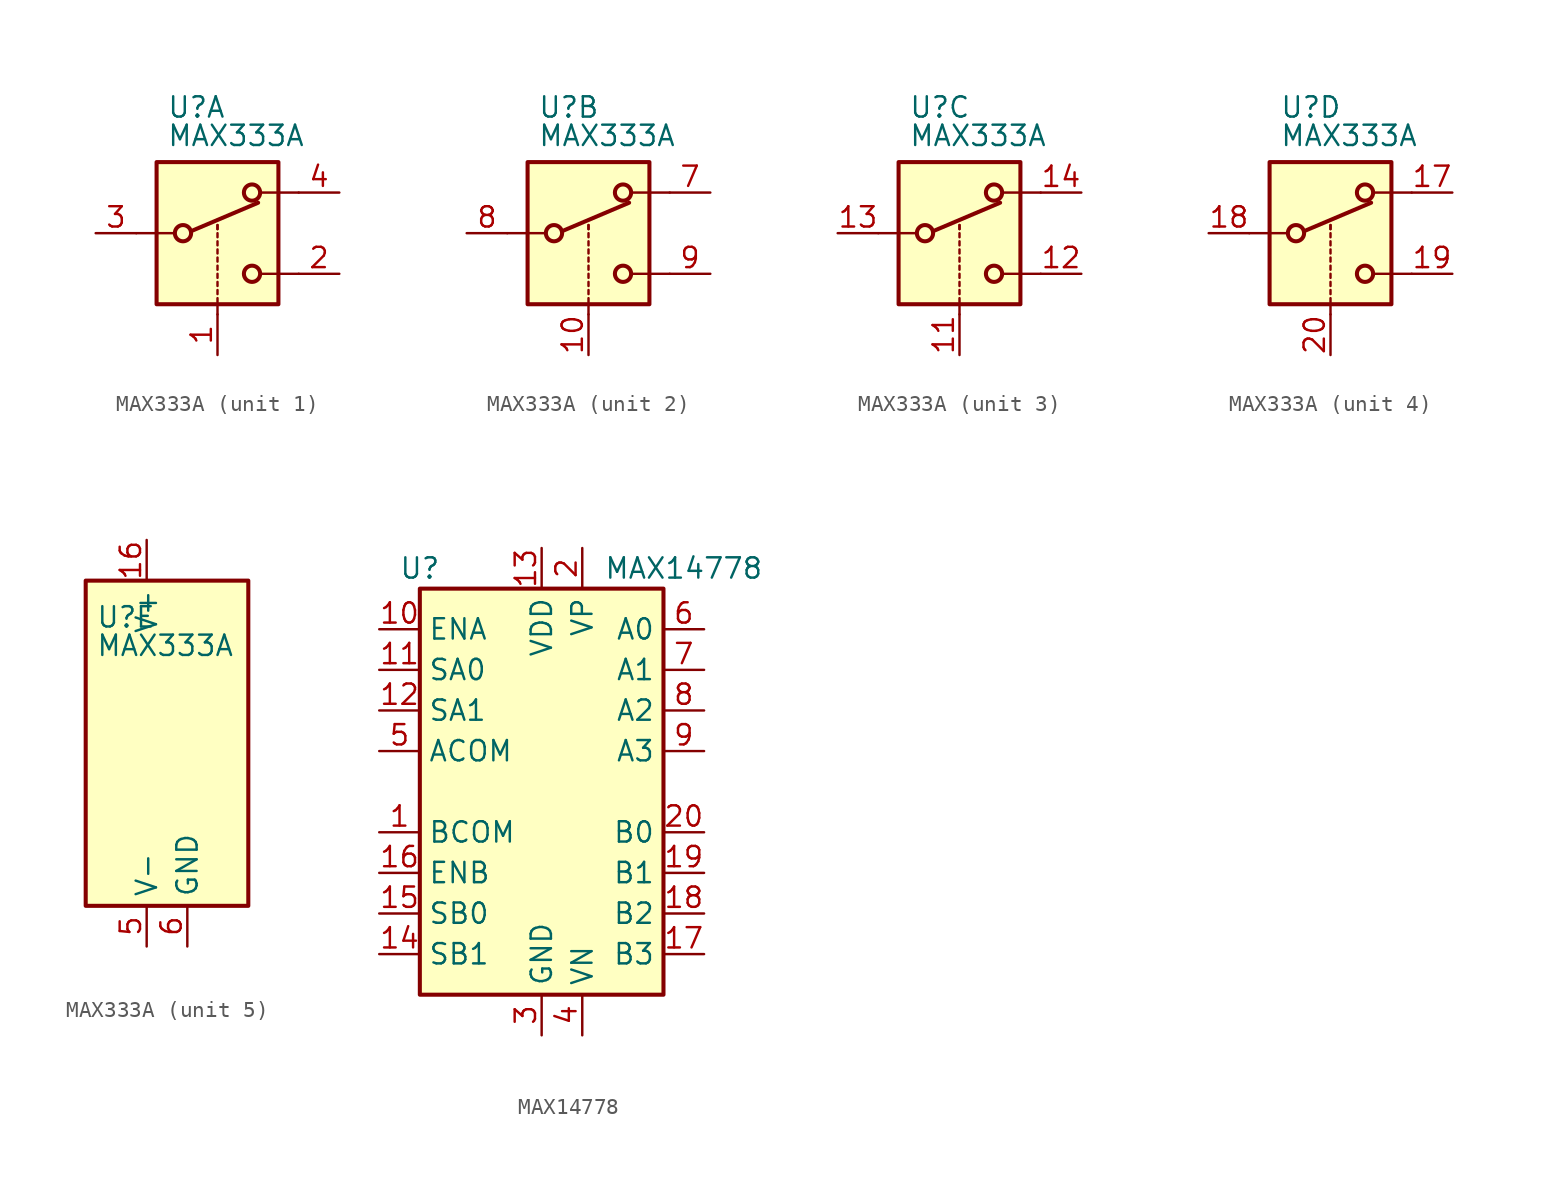
<source format=kicad_sym>
(kicad_symbol_lib
  (version 20241209)
  (generator "kicad_symbol_editor")
  (generator_version "9.0")
  (symbol "MAX333A"
    (property "Reference" "U"
      (at -3.175 7.874 0)
      (effects (font (size 1.27 1.27)) (justify left)))
    (property "Value" "MAX333A"
      (at -3.175 6.096 0)
      (effects (font (size 1.27 1.27)) (justify left)))
    (symbol "MAX333A_1_1"
      (polyline (pts (xy -5.08 0) (xy -2.794 0)) (stroke (width 0) (type default)) (fill (type none)))
      (rectangle (start -3.81 4.445) (end 3.81 -4.445) (stroke (width 0.254) (type default)) (fill (type background)))
      (circle (center -2.159 0) (radius 0.508) (stroke (width 0.254) (type default)) (fill (type none)))
      (polyline (pts (xy -1.651 0.127) (xy 2.54 1.905)) (stroke (width 0.254) (type default)) (fill (type none)))
      (polyline (pts (xy 0 0.254) (xy 0 0.508)) (stroke (width 0) (type default)) (fill (type none)))
      (polyline (pts (xy 0 0.254) (xy 0 0.508)) (stroke (width 0) (type default)) (fill (type none)))
      (polyline (pts (xy 0 -0.254) (xy 0 0)) (stroke (width 0) (type default)) (fill (type none)))
      (polyline (pts (xy 0 -0.762) (xy 0 -0.508)) (stroke (width 0) (type default)) (fill (type none)))
      (polyline (pts (xy 0 -1.27) (xy 0 -1.016)) (stroke (width 0) (type default)) (fill (type none)))
      (polyline (pts (xy 0 -1.778) (xy 0 -1.524)) (stroke (width 0) (type default)) (fill (type none)))
      (polyline (pts (xy 0 -2.286) (xy 0 -2.032)) (stroke (width 0) (type default)) (fill (type none)))
      (polyline (pts (xy 0 -2.794) (xy 0 -2.54)) (stroke (width 0) (type default)) (fill (type none)))
      (polyline (pts (xy 0 -3.302) (xy 0 -3.048)) (stroke (width 0) (type default)) (fill (type none)))
      (polyline (pts (xy 0 -3.81) (xy 0 -3.556)) (stroke (width 0) (type default)) (fill (type none)))
      (polyline (pts (xy 0 -4.318) (xy 0 -4.064)) (stroke (width 0) (type default)) (fill (type none)))
      (polyline (pts (xy 0 -5.08) (xy 0 -4.572)) (stroke (width 0) (type default)) (fill (type none)))
      (circle (center 2.159 2.54) (radius 0.508) (stroke (width 0.254) (type default)) (fill (type none)))
      (circle (center 2.159 -2.54) (radius 0.508) (stroke (width 0.254) (type default)) (fill (type none)))
      (polyline (pts (xy 5.08 2.54) (xy 2.794 2.54)) (stroke (width 0) (type default)) (fill (type none)))
      (polyline (pts (xy 5.08 -2.54) (xy 2.794 -2.54)) (stroke (width 0) (type default)) (fill (type none)))
      (pin passive line (at -7.62 0 0) (length 2.54) (name "~" (effects (font (size 1.27 1.27)))) (number "3" (effects (font (size 1.27 1.27)))))
      (pin input line (at 0 -7.62 90) (length 2.54) (name "~" (effects (font (size 1.27 1.27)))) (number "1" (effects (font (size 1.27 1.27)))))
      (pin passive line (at 7.62 2.54 180) (length 2.54) (name "~" (effects (font (size 1.27 1.27)))) (number "4" (effects (font (size 1.27 1.27)))))
      (pin passive line (at 7.62 -2.54 180) (length 2.54) (name "~" (effects (font (size 1.27 1.27)))) (number "2" (effects (font (size 1.27 1.27))))))
    (symbol "MAX333A_2_1"
      (polyline (pts (xy -5.08 0) (xy -2.794 0)) (stroke (width 0) (type default)) (fill (type none)))
      (rectangle (start -3.81 4.445) (end 3.81 -4.445) (stroke (width 0.254) (type default)) (fill (type background)))
      (circle (center -2.159 0) (radius 0.508) (stroke (width 0.254) (type default)) (fill (type none)))
      (polyline (pts (xy -1.651 0.127) (xy 2.54 1.905)) (stroke (width 0.254) (type default)) (fill (type none)))
      (polyline (pts (xy 0 0.254) (xy 0 0.508)) (stroke (width 0) (type default)) (fill (type none)))
      (polyline (pts (xy 0 0.254) (xy 0 0.508)) (stroke (width 0) (type default)) (fill (type none)))
      (polyline (pts (xy 0 -0.254) (xy 0 0)) (stroke (width 0) (type default)) (fill (type none)))
      (polyline (pts (xy 0 -0.762) (xy 0 -0.508)) (stroke (width 0) (type default)) (fill (type none)))
      (polyline (pts (xy 0 -1.27) (xy 0 -1.016)) (stroke (width 0) (type default)) (fill (type none)))
      (polyline (pts (xy 0 -1.778) (xy 0 -1.524)) (stroke (width 0) (type default)) (fill (type none)))
      (polyline (pts (xy 0 -2.286) (xy 0 -2.032)) (stroke (width 0) (type default)) (fill (type none)))
      (polyline (pts (xy 0 -2.794) (xy 0 -2.54)) (stroke (width 0) (type default)) (fill (type none)))
      (polyline (pts (xy 0 -3.302) (xy 0 -3.048)) (stroke (width 0) (type default)) (fill (type none)))
      (polyline (pts (xy 0 -3.81) (xy 0 -3.556)) (stroke (width 0) (type default)) (fill (type none)))
      (polyline (pts (xy 0 -4.318) (xy 0 -4.064)) (stroke (width 0) (type default)) (fill (type none)))
      (polyline (pts (xy 0 -5.08) (xy 0 -4.572)) (stroke (width 0) (type default)) (fill (type none)))
      (circle (center 2.159 2.54) (radius 0.508) (stroke (width 0.254) (type default)) (fill (type none)))
      (circle (center 2.159 -2.54) (radius 0.508) (stroke (width 0.254) (type default)) (fill (type none)))
      (polyline (pts (xy 5.08 2.54) (xy 2.794 2.54)) (stroke (width 0) (type default)) (fill (type none)))
      (polyline (pts (xy 5.08 -2.54) (xy 2.794 -2.54)) (stroke (width 0) (type default)) (fill (type none)))
      (pin passive line (at -7.62 0 0) (length 2.54) (name "~" (effects (font (size 1.27 1.27)))) (number "8" (effects (font (size 1.27 1.27)))))
      (pin input line (at 0 -7.62 90) (length 2.54) (name "~" (effects (font (size 1.27 1.27)))) (number "10" (effects (font (size 1.27 1.27)))))
      (pin passive line (at 7.62 2.54 180) (length 2.54) (name "~" (effects (font (size 1.27 1.27)))) (number "7" (effects (font (size 1.27 1.27)))))
      (pin passive line (at 7.62 -2.54 180) (length 2.54) (name "~" (effects (font (size 1.27 1.27)))) (number "9" (effects (font (size 1.27 1.27))))))
    (symbol "MAX333A_3_1"
      (polyline (pts (xy -5.08 0) (xy -2.794 0)) (stroke (width 0) (type default)) (fill (type none)))
      (rectangle (start -3.81 4.445) (end 3.81 -4.445) (stroke (width 0.254) (type default)) (fill (type background)))
      (circle (center -2.159 0) (radius 0.508) (stroke (width 0.254) (type default)) (fill (type none)))
      (polyline (pts (xy -1.651 0.127) (xy 2.54 1.905)) (stroke (width 0.254) (type default)) (fill (type none)))
      (polyline (pts (xy 0 0.254) (xy 0 0.508)) (stroke (width 0) (type default)) (fill (type none)))
      (polyline (pts (xy 0 0.254) (xy 0 0.508)) (stroke (width 0) (type default)) (fill (type none)))
      (polyline (pts (xy 0 -0.254) (xy 0 0)) (stroke (width 0) (type default)) (fill (type none)))
      (polyline (pts (xy 0 -0.762) (xy 0 -0.508)) (stroke (width 0) (type default)) (fill (type none)))
      (polyline (pts (xy 0 -1.27) (xy 0 -1.016)) (stroke (width 0) (type default)) (fill (type none)))
      (polyline (pts (xy 0 -1.778) (xy 0 -1.524)) (stroke (width 0) (type default)) (fill (type none)))
      (polyline (pts (xy 0 -2.286) (xy 0 -2.032)) (stroke (width 0) (type default)) (fill (type none)))
      (polyline (pts (xy 0 -2.794) (xy 0 -2.54)) (stroke (width 0) (type default)) (fill (type none)))
      (polyline (pts (xy 0 -3.302) (xy 0 -3.048)) (stroke (width 0) (type default)) (fill (type none)))
      (polyline (pts (xy 0 -3.81) (xy 0 -3.556)) (stroke (width 0) (type default)) (fill (type none)))
      (polyline (pts (xy 0 -4.318) (xy 0 -4.064)) (stroke (width 0) (type default)) (fill (type none)))
      (polyline (pts (xy 0 -5.08) (xy 0 -4.572)) (stroke (width 0) (type default)) (fill (type none)))
      (circle (center 2.159 2.54) (radius 0.508) (stroke (width 0.254) (type default)) (fill (type none)))
      (circle (center 2.159 -2.54) (radius 0.508) (stroke (width 0.254) (type default)) (fill (type none)))
      (polyline (pts (xy 5.08 2.54) (xy 2.794 2.54)) (stroke (width 0) (type default)) (fill (type none)))
      (polyline (pts (xy 5.08 -2.54) (xy 2.794 -2.54)) (stroke (width 0) (type default)) (fill (type none)))
      (pin passive line (at -7.62 0 0) (length 2.54) (name "~" (effects (font (size 1.27 1.27)))) (number "13" (effects (font (size 1.27 1.27)))))
      (pin input line (at 0 -7.62 90) (length 2.54) (name "~" (effects (font (size 1.27 1.27)))) (number "11" (effects (font (size 1.27 1.27)))))
      (pin passive line (at 7.62 2.54 180) (length 2.54) (name "~" (effects (font (size 1.27 1.27)))) (number "14" (effects (font (size 1.27 1.27)))))
      (pin passive line (at 7.62 -2.54 180) (length 2.54) (name "~" (effects (font (size 1.27 1.27)))) (number "12" (effects (font (size 1.27 1.27))))))
    (symbol "MAX333A_4_1"
      (polyline (pts (xy -5.08 0) (xy -2.794 0)) (stroke (width 0) (type default)) (fill (type none)))
      (rectangle (start -3.81 4.445) (end 3.81 -4.445) (stroke (width 0.254) (type default)) (fill (type background)))
      (circle (center -2.159 0) (radius 0.508) (stroke (width 0.254) (type default)) (fill (type none)))
      (polyline (pts (xy -1.651 0.127) (xy 2.54 1.905)) (stroke (width 0.254) (type default)) (fill (type none)))
      (polyline (pts (xy 0 0.254) (xy 0 0.508)) (stroke (width 0) (type default)) (fill (type none)))
      (polyline (pts (xy 0 0.254) (xy 0 0.508)) (stroke (width 0) (type default)) (fill (type none)))
      (polyline (pts (xy 0 -0.254) (xy 0 0)) (stroke (width 0) (type default)) (fill (type none)))
      (polyline (pts (xy 0 -0.762) (xy 0 -0.508)) (stroke (width 0) (type default)) (fill (type none)))
      (polyline (pts (xy 0 -1.27) (xy 0 -1.016)) (stroke (width 0) (type default)) (fill (type none)))
      (polyline (pts (xy 0 -1.778) (xy 0 -1.524)) (stroke (width 0) (type default)) (fill (type none)))
      (polyline (pts (xy 0 -2.286) (xy 0 -2.032)) (stroke (width 0) (type default)) (fill (type none)))
      (polyline (pts (xy 0 -2.794) (xy 0 -2.54)) (stroke (width 0) (type default)) (fill (type none)))
      (polyline (pts (xy 0 -3.302) (xy 0 -3.048)) (stroke (width 0) (type default)) (fill (type none)))
      (polyline (pts (xy 0 -3.81) (xy 0 -3.556)) (stroke (width 0) (type default)) (fill (type none)))
      (polyline (pts (xy 0 -4.318) (xy 0 -4.064)) (stroke (width 0) (type default)) (fill (type none)))
      (polyline (pts (xy 0 -5.08) (xy 0 -4.572)) (stroke (width 0) (type default)) (fill (type none)))
      (circle (center 2.159 2.54) (radius 0.508) (stroke (width 0.254) (type default)) (fill (type none)))
      (circle (center 2.159 -2.54) (radius 0.508) (stroke (width 0.254) (type default)) (fill (type none)))
      (polyline (pts (xy 5.08 2.54) (xy 2.794 2.54)) (stroke (width 0) (type default)) (fill (type none)))
      (polyline (pts (xy 5.08 -2.54) (xy 2.794 -2.54)) (stroke (width 0) (type default)) (fill (type none)))
      (pin passive line (at -7.62 0 0) (length 2.54) (name "~" (effects (font (size 1.27 1.27)))) (number "18" (effects (font (size 1.27 1.27)))))
      (pin input line (at 0 -7.62 90) (length 2.54) (name "~" (effects (font (size 1.27 1.27)))) (number "20" (effects (font (size 1.27 1.27)))))
      (pin passive line (at 7.62 2.54 180) (length 2.54) (name "~" (effects (font (size 1.27 1.27)))) (number "17" (effects (font (size 1.27 1.27)))))
      (pin passive line (at 7.62 -2.54 180) (length 2.54) (name "~" (effects (font (size 1.27 1.27)))) (number "19" (effects (font (size 1.27 1.27))))))
    (symbol "MAX333A_5_0"
      (pin power_in line (at 0 12.7 270) (length 2.54) (name "V+" (effects (font (size 1.27 1.27)))) (number "16" (effects (font (size 1.27 1.27)))))
      (pin power_in line (at 0 -12.7 90) (length 2.54) (name "V-" (effects (font (size 1.27 1.27)))) (number "5" (effects (font (size 1.27 1.27)))))
      (pin no_connect line (at 2.54 10.16 270) (length 2.54) (hide yes) (name "NC" (effects (font (size 1.27 1.27)))) (number "15" (effects (font (size 1.27 1.27)))))
      (pin power_in line (at 2.54 -12.7 90) (length 2.54) (name "GND" (effects (font (size 1.27 1.27)))) (number "6" (effects (font (size 1.27 1.27))))))
    (symbol "MAX333A_5_1"
      (rectangle (start -3.81 10.16) (end 6.35 -10.16) (stroke (width 0.254) (type default)) (fill (type background)))))
  (symbol "MAX14778"
    (property "Reference" "U"
      (at -7.62 13.97 0)
      (effects (font (size 1.27 1.27))))
    (property "Value" "MAX14778"
      (at 8.89 13.97 0)
      (effects (font (size 1.27 1.27))))
    (symbol "MAX14778_0_1"
      (rectangle (start -7.62 12.7) (end 7.62 -12.7) (stroke (width 0.254) (type default)) (fill (type background))))
    (symbol "MAX14778_1_1"
      (pin input line (at -10.16 10.16 0) (length 2.54) (name "ENA" (effects (font (size 1.27 1.27)))) (number "10" (effects (font (size 1.27 1.27)))))
      (pin input line (at -10.16 7.62 0) (length 2.54) (name "SA0" (effects (font (size 1.27 1.27)))) (number "11" (effects (font (size 1.27 1.27)))))
      (pin input line (at -10.16 5.08 0) (length 2.54) (name "SA1" (effects (font (size 1.27 1.27)))) (number "12" (effects (font (size 1.27 1.27)))))
      (pin passive line (at -10.16 2.54 0) (length 2.54) (name "ACOM" (effects (font (size 1.27 1.27)))) (number "5" (effects (font (size 1.27 1.27)))))
      (pin passive line (at -10.16 -2.54 0) (length 2.54) (name "BCOM" (effects (font (size 1.27 1.27)))) (number "1" (effects (font (size 1.27 1.27)))))
      (pin input line (at -10.16 -5.08 0) (length 2.54) (name "ENB" (effects (font (size 1.27 1.27)))) (number "16" (effects (font (size 1.27 1.27)))))
      (pin input line (at -10.16 -7.62 0) (length 2.54) (name "SB0" (effects (font (size 1.27 1.27)))) (number "15" (effects (font (size 1.27 1.27)))))
      (pin input line (at -10.16 -10.16 0) (length 2.54) (name "SB1" (effects (font (size 1.27 1.27)))) (number "14" (effects (font (size 1.27 1.27)))))
      (pin power_in line (at 0 15.24 270) (length 2.54) (name "VDD" (effects (font (size 1.27 1.27)))) (number "13" (effects (font (size 1.27 1.27)))))
      (pin power_in line (at 0 -15.24 90) (length 2.54) (name "GND" (effects (font (size 1.27 1.27)))) (number "3" (effects (font (size 1.27 1.27)))))
      (pin passive line (at 2.54 15.24 270) (length 2.54) (name "VP" (effects (font (size 1.27 1.27)))) (number "2" (effects (font (size 1.27 1.27)))))
      (pin passive line (at 2.54 -15.24 90) (length 2.54) (hide yes) (name "VN" (effects (font (size 1.27 1.27)))) (number "21" (effects (font (size 1.27 1.27)))))
      (pin passive line (at 2.54 -15.24 90) (length 2.54) (name "VN" (effects (font (size 1.27 1.27)))) (number "4" (effects (font (size 1.27 1.27)))))
      (pin passive line (at 10.16 10.16 180) (length 2.54) (name "A0" (effects (font (size 1.27 1.27)))) (number "6" (effects (font (size 1.27 1.27)))))
      (pin passive line (at 10.16 7.62 180) (length 2.54) (name "A1" (effects (font (size 1.27 1.27)))) (number "7" (effects (font (size 1.27 1.27)))))
      (pin passive line (at 10.16 5.08 180) (length 2.54) (name "A2" (effects (font (size 1.27 1.27)))) (number "8" (effects (font (size 1.27 1.27)))))
      (pin passive line (at 10.16 2.54 180) (length 2.54) (name "A3" (effects (font (size 1.27 1.27)))) (number "9" (effects (font (size 1.27 1.27)))))
      (pin passive line (at 10.16 -2.54 180) (length 2.54) (name "B0" (effects (font (size 1.27 1.27)))) (number "20" (effects (font (size 1.27 1.27)))))
      (pin passive line (at 10.16 -5.08 180) (length 2.54) (name "B1" (effects (font (size 1.27 1.27)))) (number "19" (effects (font (size 1.27 1.27)))))
      (pin passive line (at 10.16 -7.62 180) (length 2.54) (name "B2" (effects (font (size 1.27 1.27)))) (number "18" (effects (font (size 1.27 1.27)))))
      (pin passive line (at 10.16 -10.16 180) (length 2.54) (name "B3" (effects (font (size 1.27 1.27)))) (number "17" (effects (font (size 1.27 1.27))))))))
</source>
